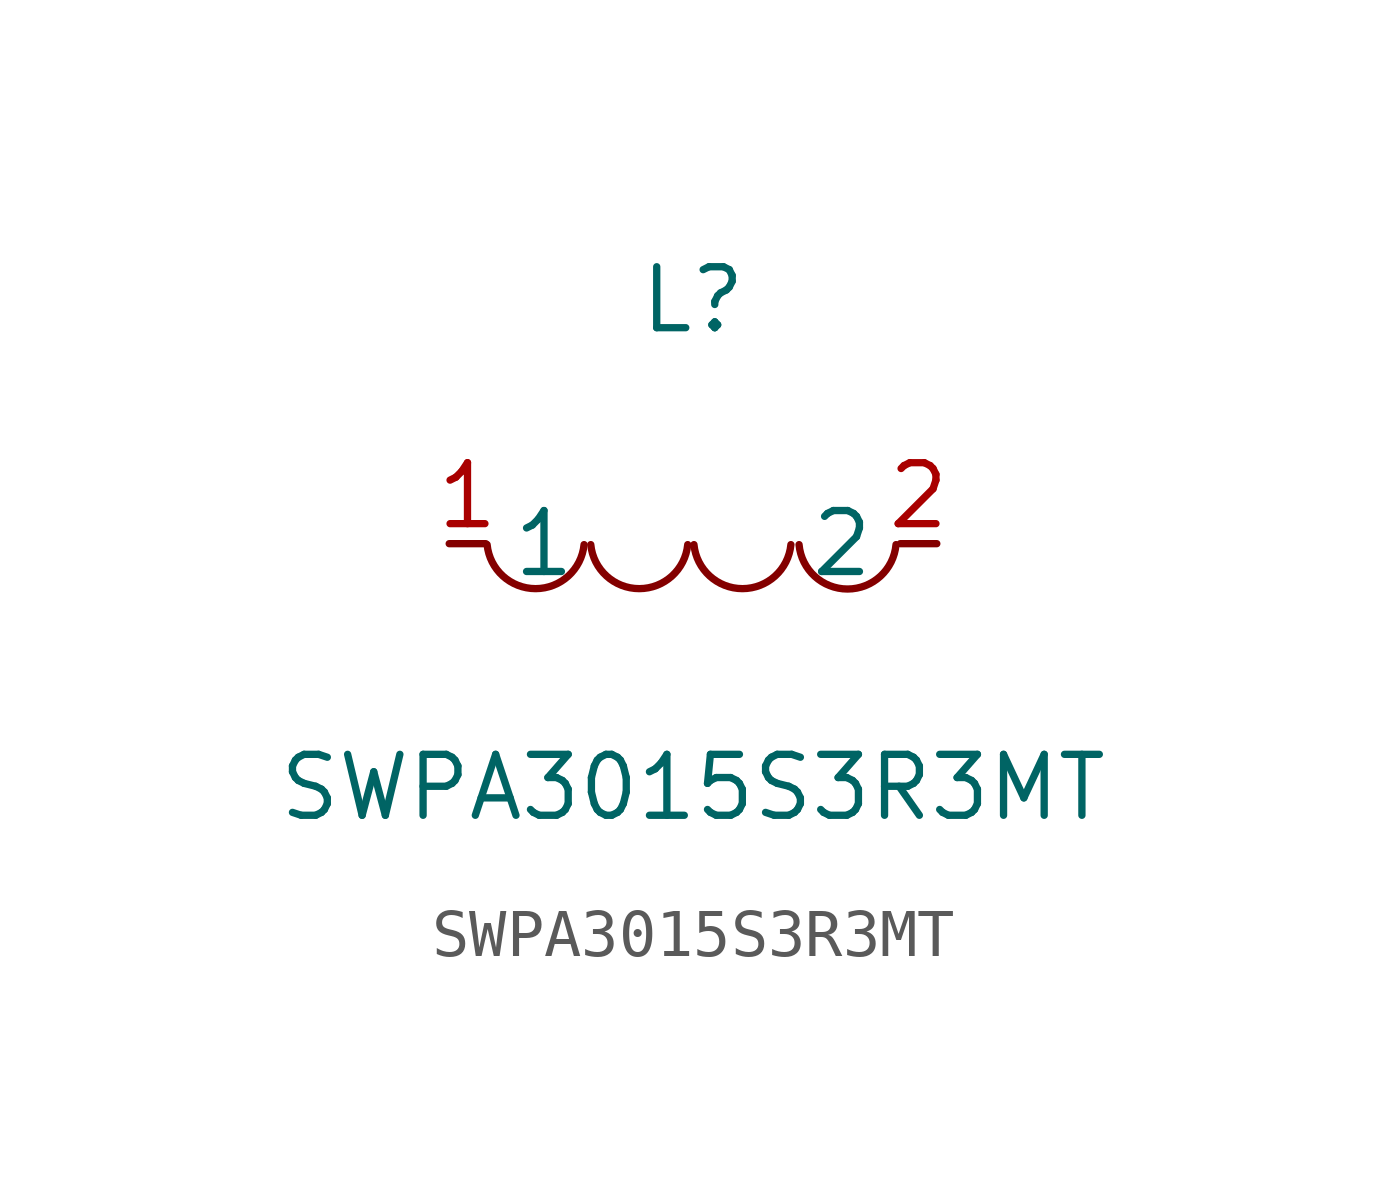
<source format=kicad_sym>
(kicad_symbol_lib
  (version 20211014)
  (generator https://github.com/uPesy/easyeda2kicad.py)
  (symbol "SWPA3015S3R3MT"
    (property "Reference" "L"
      (at 0 5.08 0)
      (effects (font (size 1.27 1.27))))
    (property "Value" "SWPA3015S3R3MT"
      (at 0 -5.08 0)
      (effects (font (size 1.27 1.27))))
    (symbol "SWPA3015S3R3MT_0_1"
      (arc (start -4.29 -0.02) (mid -2.52 -0.79) (end -2.27 -0.02) (stroke (width 0) (type default) (color 0 0 0 0)) (fill (type none)))
      (arc (start -2.13 -0.02) (mid -0.36 -0.79) (end -0.11 -0.02) (stroke (width 0) (type default) (color 0 0 0 0)) (fill (type none)))
      (arc (start 0.02 -0.02) (mid 1.79 -0.79) (end 2.04 -0.02) (stroke (width 0) (type default) (color 0 0 0 0)) (fill (type none)))
      (arc (start 2.21 -0.02) (mid 3.30 -1.12) (end 4.23 -0.02) (stroke (width 0) (type default) (color 0 0 0 0)) (fill (type none)))
      (pin unspecified line (at 5.08 -0.00 180) (length 0.762) (name "2" (effects (font (size 1.27 1.27)))) (number "2" (effects (font (size 1.27 1.27)))))
      (pin unspecified line (at -5.08 -0.00 0) (length 0.762) (name "1" (effects (font (size 1.27 1.27)))) (number "1" (effects (font (size 1.27 1.27))))))))
</source>
